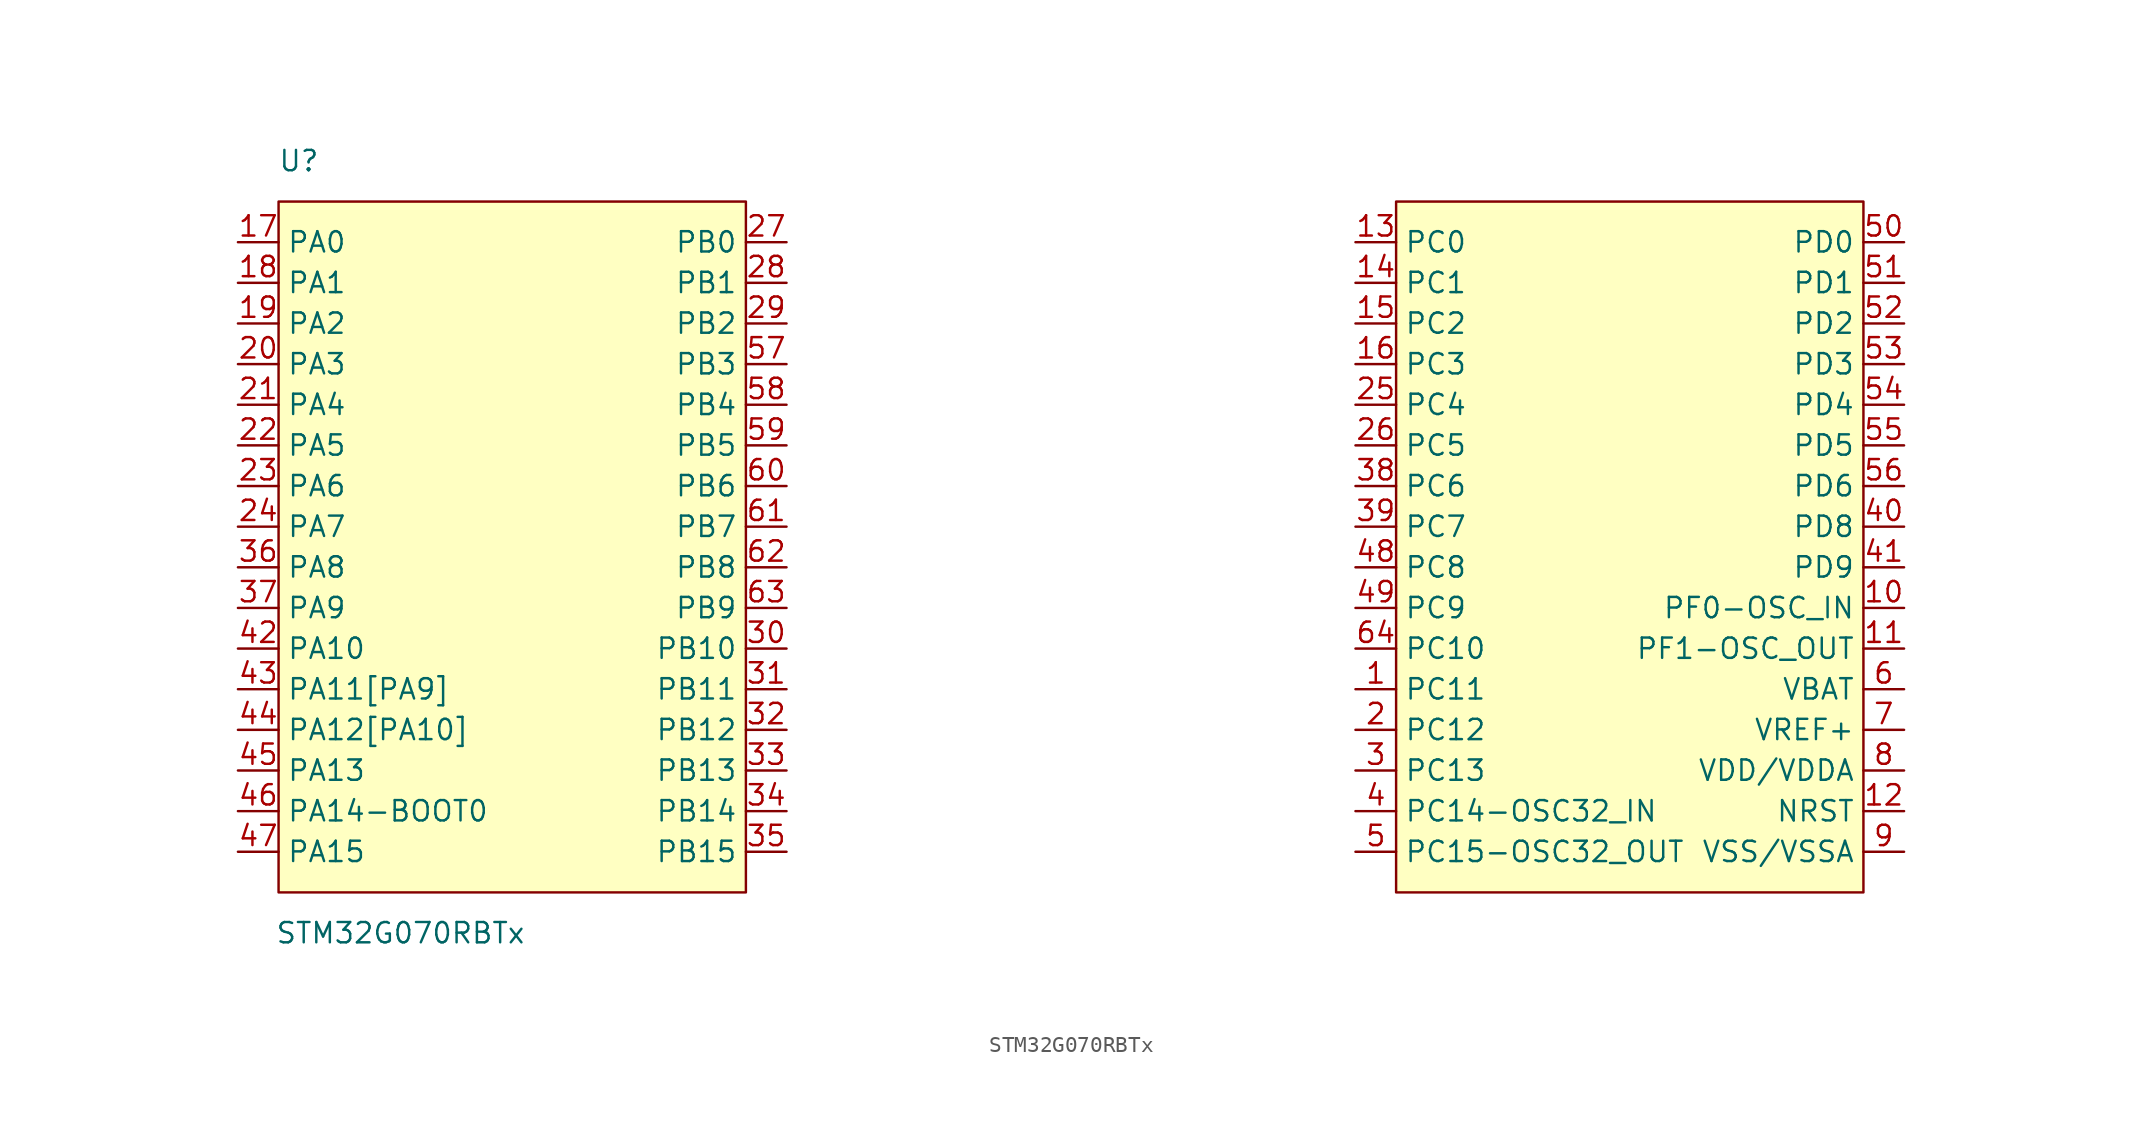
<source format=kicad_sym>
(kicad_symbol_lib
  (version 20211014)
  (generator kicad_symbol_editor)
  (symbol "STM32G070RBTx"
    (property "Reference" "U"
      (at -48.26 22.86 0)
      (effects (font (size 1.27 1.27))))
    (property "Value" "STM32G070RBTx"
      (at -41.91 -25.4 0)
      (effects (font (size 1.27 1.27))))
    (symbol "STM32G070RBTx_0_1"
      (rectangle (start -49.53 20.32) (end -20.32 -22.86) (stroke (width 0) (type default) (color 0 0 0 0)) (fill (type background)))
      (rectangle (start 20.32 20.32) (end 49.53 -22.86) (stroke (width 0) (type default) (color 0 0 0 0)) (fill (type background))))
    (symbol "STM32G070RBTx_1_1"
      (pin bidirectional line (at 17.78 -10.16 0) (length 2.54) (name "PC11" (effects (font (size 1.27 1.27)))) (number "1" (effects (font (size 1.27 1.27)))))
      (pin bidirectional line (at 52.07 -5.08 180) (length 2.54) (name "PF0-OSC_IN" (effects (font (size 1.27 1.27)))) (number "10" (effects (font (size 1.27 1.27)))))
      (pin bidirectional line (at 52.07 -7.62 180) (length 2.54) (name "PF1-OSC_OUT" (effects (font (size 1.27 1.27)))) (number "11" (effects (font (size 1.27 1.27)))))
      (pin bidirectional line (at 52.07 -17.78 180) (length 2.54) (name "NRST" (effects (font (size 1.27 1.27)))) (number "12" (effects (font (size 1.27 1.27)))))
      (pin bidirectional line (at 17.78 17.78 0) (length 2.54) (name "PC0" (effects (font (size 1.27 1.27)))) (number "13" (effects (font (size 1.27 1.27)))))
      (pin bidirectional line (at 17.78 15.24 0) (length 2.54) (name "PC1" (effects (font (size 1.27 1.27)))) (number "14" (effects (font (size 1.27 1.27)))))
      (pin bidirectional line (at 17.78 12.7 0) (length 2.54) (name "PC2" (effects (font (size 1.27 1.27)))) (number "15" (effects (font (size 1.27 1.27)))))
      (pin bidirectional line (at 17.78 10.16 0) (length 2.54) (name "PC3" (effects (font (size 1.27 1.27)))) (number "16" (effects (font (size 1.27 1.27)))))
      (pin bidirectional line (at -52.07 17.78 0) (length 2.54) (name "PA0" (effects (font (size 1.27 1.27)))) (number "17" (effects (font (size 1.27 1.27)))))
      (pin bidirectional line (at -52.07 15.24 0) (length 2.54) (name "PA1" (effects (font (size 1.27 1.27)))) (number "18" (effects (font (size 1.27 1.27)))))
      (pin bidirectional line (at -52.07 12.7 0) (length 2.54) (name "PA2" (effects (font (size 1.27 1.27)))) (number "19" (effects (font (size 1.27 1.27)))))
      (pin bidirectional line (at 17.78 -12.7 0) (length 2.54) (name "PC12" (effects (font (size 1.27 1.27)))) (number "2" (effects (font (size 1.27 1.27)))))
      (pin bidirectional line (at -52.07 10.16 0) (length 2.54) (name "PA3" (effects (font (size 1.27 1.27)))) (number "20" (effects (font (size 1.27 1.27)))))
      (pin bidirectional line (at -52.07 7.62 0) (length 2.54) (name "PA4" (effects (font (size 1.27 1.27)))) (number "21" (effects (font (size 1.27 1.27)))))
      (pin bidirectional line (at -52.07 5.08 0) (length 2.54) (name "PA5" (effects (font (size 1.27 1.27)))) (number "22" (effects (font (size 1.27 1.27)))))
      (pin bidirectional line (at -52.07 2.54 0) (length 2.54) (name "PA6" (effects (font (size 1.27 1.27)))) (number "23" (effects (font (size 1.27 1.27)))))
      (pin bidirectional line (at -52.07 0 0) (length 2.54) (name "PA7" (effects (font (size 1.27 1.27)))) (number "24" (effects (font (size 1.27 1.27)))))
      (pin bidirectional line (at 17.78 7.62 0) (length 2.54) (name "PC4" (effects (font (size 1.27 1.27)))) (number "25" (effects (font (size 1.27 1.27)))))
      (pin bidirectional line (at 17.78 5.08 0) (length 2.54) (name "PC5" (effects (font (size 1.27 1.27)))) (number "26" (effects (font (size 1.27 1.27)))))
      (pin bidirectional line (at -17.78 17.78 180) (length 2.54) (name "PB0" (effects (font (size 1.27 1.27)))) (number "27" (effects (font (size 1.27 1.27)))))
      (pin bidirectional line (at -17.78 15.24 180) (length 2.54) (name "PB1" (effects (font (size 1.27 1.27)))) (number "28" (effects (font (size 1.27 1.27)))))
      (pin bidirectional line (at -17.78 12.7 180) (length 2.54) (name "PB2" (effects (font (size 1.27 1.27)))) (number "29" (effects (font (size 1.27 1.27)))))
      (pin bidirectional line (at 17.78 -15.24 0) (length 2.54) (name "PC13" (effects (font (size 1.27 1.27)))) (number "3" (effects (font (size 1.27 1.27)))))
      (pin bidirectional line (at -17.78 -7.62 180) (length 2.54) (name "PB10" (effects (font (size 1.27 1.27)))) (number "30" (effects (font (size 1.27 1.27)))))
      (pin bidirectional line (at -17.78 -10.16 180) (length 2.54) (name "PB11" (effects (font (size 1.27 1.27)))) (number "31" (effects (font (size 1.27 1.27)))))
      (pin bidirectional line (at -17.78 -12.7 180) (length 2.54) (name "PB12" (effects (font (size 1.27 1.27)))) (number "32" (effects (font (size 1.27 1.27)))))
      (pin bidirectional line (at -17.78 -15.24 180) (length 2.54) (name "PB13" (effects (font (size 1.27 1.27)))) (number "33" (effects (font (size 1.27 1.27)))))
      (pin bidirectional line (at -17.78 -17.78 180) (length 2.54) (name "PB14" (effects (font (size 1.27 1.27)))) (number "34" (effects (font (size 1.27 1.27)))))
      (pin bidirectional line (at -17.78 -20.32 180) (length 2.54) (name "PB15" (effects (font (size 1.27 1.27)))) (number "35" (effects (font (size 1.27 1.27)))))
      (pin bidirectional line (at -52.07 -2.54 0) (length 2.54) (name "PA8" (effects (font (size 1.27 1.27)))) (number "36" (effects (font (size 1.27 1.27)))))
      (pin bidirectional line (at -52.07 -5.08 0) (length 2.54) (name "PA9" (effects (font (size 1.27 1.27)))) (number "37" (effects (font (size 1.27 1.27)))))
      (pin bidirectional line (at 17.78 2.54 0) (length 2.54) (name "PC6" (effects (font (size 1.27 1.27)))) (number "38" (effects (font (size 1.27 1.27)))))
      (pin bidirectional line (at 17.78 0 0) (length 2.54) (name "PC7" (effects (font (size 1.27 1.27)))) (number "39" (effects (font (size 1.27 1.27)))))
      (pin bidirectional line (at 17.78 -17.78 0) (length 2.54) (name "PC14-OSC32_IN" (effects (font (size 1.27 1.27)))) (number "4" (effects (font (size 1.27 1.27)))))
      (pin bidirectional line (at 52.07 0 180) (length 2.54) (name "PD8" (effects (font (size 1.27 1.27)))) (number "40" (effects (font (size 1.27 1.27)))))
      (pin bidirectional line (at 52.07 -2.54 180) (length 2.54) (name "PD9" (effects (font (size 1.27 1.27)))) (number "41" (effects (font (size 1.27 1.27)))))
      (pin bidirectional line (at -52.07 -7.62 0) (length 2.54) (name "PA10" (effects (font (size 1.27 1.27)))) (number "42" (effects (font (size 1.27 1.27)))))
      (pin bidirectional line (at -52.07 -10.16 0) (length 2.54) (name "PA11[PA9]" (effects (font (size 1.27 1.27)))) (number "43" (effects (font (size 1.27 1.27)))))
      (pin bidirectional line (at -52.07 -12.7 0) (length 2.54) (name "PA12[PA10]" (effects (font (size 1.27 1.27)))) (number "44" (effects (font (size 1.27 1.27)))))
      (pin bidirectional line (at -52.07 -15.24 0) (length 2.54) (name "PA13" (effects (font (size 1.27 1.27)))) (number "45" (effects (font (size 1.27 1.27)))))
      (pin bidirectional line (at -52.07 -17.78 0) (length 2.54) (name "PA14-BOOT0" (effects (font (size 1.27 1.27)))) (number "46" (effects (font (size 1.27 1.27)))))
      (pin bidirectional line (at -52.07 -20.32 0) (length 2.54) (name "PA15" (effects (font (size 1.27 1.27)))) (number "47" (effects (font (size 1.27 1.27)))))
      (pin bidirectional line (at 17.78 -2.54 0) (length 2.54) (name "PC8" (effects (font (size 1.27 1.27)))) (number "48" (effects (font (size 1.27 1.27)))))
      (pin bidirectional line (at 17.78 -5.08 0) (length 2.54) (name "PC9" (effects (font (size 1.27 1.27)))) (number "49" (effects (font (size 1.27 1.27)))))
      (pin bidirectional line (at 17.78 -20.32 0) (length 2.54) (name "PC15-OSC32_OUT" (effects (font (size 1.27 1.27)))) (number "5" (effects (font (size 1.27 1.27)))))
      (pin bidirectional line (at 52.07 17.78 180) (length 2.54) (name "PD0" (effects (font (size 1.27 1.27)))) (number "50" (effects (font (size 1.27 1.27)))))
      (pin bidirectional line (at 52.07 15.24 180) (length 2.54) (name "PD1" (effects (font (size 1.27 1.27)))) (number "51" (effects (font (size 1.27 1.27)))))
      (pin bidirectional line (at 52.07 12.7 180) (length 2.54) (name "PD2" (effects (font (size 1.27 1.27)))) (number "52" (effects (font (size 1.27 1.27)))))
      (pin bidirectional line (at 52.07 10.16 180) (length 2.54) (name "PD3" (effects (font (size 1.27 1.27)))) (number "53" (effects (font (size 1.27 1.27)))))
      (pin bidirectional line (at 52.07 7.62 180) (length 2.54) (name "PD4" (effects (font (size 1.27 1.27)))) (number "54" (effects (font (size 1.27 1.27)))))
      (pin bidirectional line (at 52.07 5.08 180) (length 2.54) (name "PD5" (effects (font (size 1.27 1.27)))) (number "55" (effects (font (size 1.27 1.27)))))
      (pin bidirectional line (at 52.07 2.54 180) (length 2.54) (name "PD6" (effects (font (size 1.27 1.27)))) (number "56" (effects (font (size 1.27 1.27)))))
      (pin bidirectional line (at -17.78 10.16 180) (length 2.54) (name "PB3" (effects (font (size 1.27 1.27)))) (number "57" (effects (font (size 1.27 1.27)))))
      (pin bidirectional line (at -17.78 7.62 180) (length 2.54) (name "PB4" (effects (font (size 1.27 1.27)))) (number "58" (effects (font (size 1.27 1.27)))))
      (pin bidirectional line (at -17.78 5.08 180) (length 2.54) (name "PB5" (effects (font (size 1.27 1.27)))) (number "59" (effects (font (size 1.27 1.27)))))
      (pin power_in line (at 52.07 -10.16 180) (length 2.54) (name "VBAT" (effects (font (size 1.27 1.27)))) (number "6" (effects (font (size 1.27 1.27)))))
      (pin bidirectional line (at -17.78 2.54 180) (length 2.54) (name "PB6" (effects (font (size 1.27 1.27)))) (number "60" (effects (font (size 1.27 1.27)))))
      (pin bidirectional line (at -17.78 0 180) (length 2.54) (name "PB7" (effects (font (size 1.27 1.27)))) (number "61" (effects (font (size 1.27 1.27)))))
      (pin bidirectional line (at -17.78 -2.54 180) (length 2.54) (name "PB8" (effects (font (size 1.27 1.27)))) (number "62" (effects (font (size 1.27 1.27)))))
      (pin bidirectional line (at -17.78 -5.08 180) (length 2.54) (name "PB9" (effects (font (size 1.27 1.27)))) (number "63" (effects (font (size 1.27 1.27)))))
      (pin bidirectional line (at 17.78 -7.62 0) (length 2.54) (name "PC10" (effects (font (size 1.27 1.27)))) (number "64" (effects (font (size 1.27 1.27)))))
      (pin power_in line (at 52.07 -12.7 180) (length 2.54) (name "VREF+" (effects (font (size 1.27 1.27)))) (number "7" (effects (font (size 1.27 1.27)))))
      (pin power_in line (at 52.07 -15.24 180) (length 2.54) (name "VDD/VDDA" (effects (font (size 1.27 1.27)))) (number "8" (effects (font (size 1.27 1.27)))))
      (pin power_in line (at 52.07 -20.32 180) (length 2.54) (name "VSS/VSSA" (effects (font (size 1.27 1.27)))) (number "9" (effects (font (size 1.27 1.27))))))))
</source>
